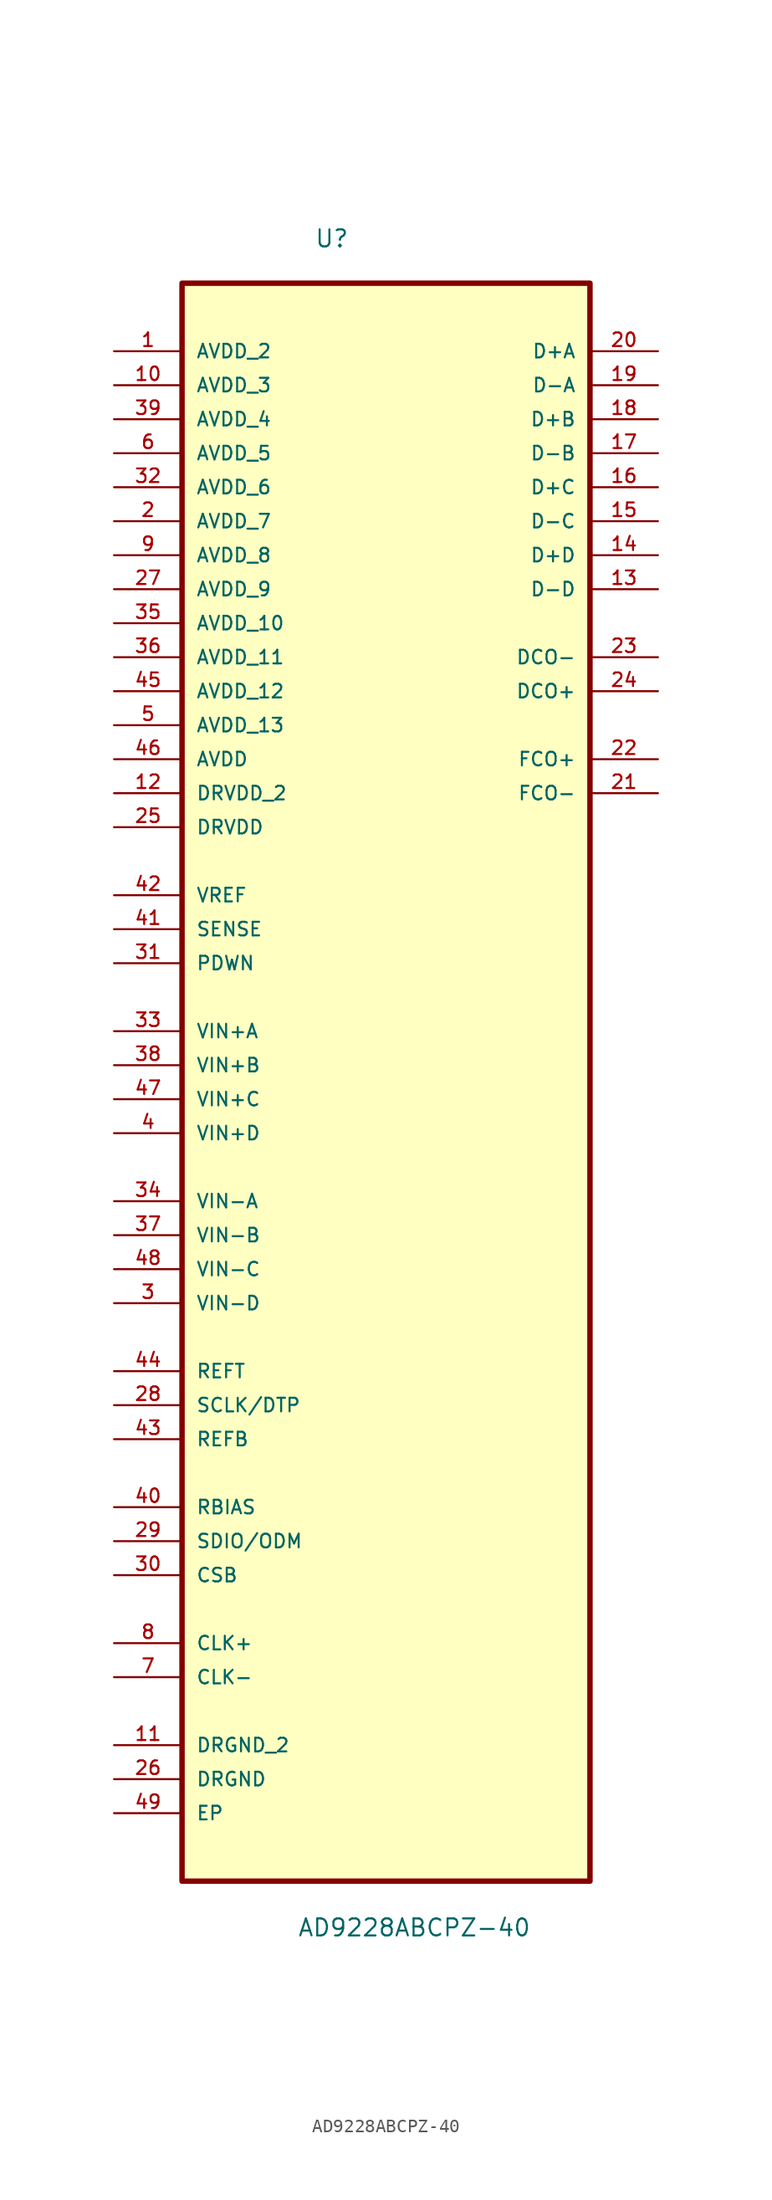
<source format=kicad_sym>
(kicad_symbol_lib
  (version 20211014)
  (generator kicad_symbol_editor)
  (symbol "AD9228ABCPZ-40"
    (pin_names
      (offset 1.016))
    (property "Reference" "U"
      (at -5.359 58.471 0.0)
      (effects (font (size 1.27 1.27)) (justify bottom left)))
    (property "Value" "AD9228ABCPZ-40"
      (at -6.629 -67.716 0.0)
      (effects (font (size 1.27 1.27)) (justify bottom left)))
    (symbol "AD9228ABCPZ-40_0_0"
      (rectangle (start -15.24 -63.5) (end 15.24 55.88) (stroke (width 0.406)) (fill (type background)))
      (pin power_in line (at -20.32 50.8 0) (length 5.08) (name "AVDD_2" (effects (font (size 1.016 1.016)))) (number "1" (effects (font (size 1.016 1.016)))))
      (pin power_in line (at -20.32 48.26 0) (length 5.08) (name "AVDD_3" (effects (font (size 1.016 1.016)))) (number "10" (effects (font (size 1.016 1.016)))))
      (pin power_in line (at -20.32 45.72 0) (length 5.08) (name "AVDD_4" (effects (font (size 1.016 1.016)))) (number "39" (effects (font (size 1.016 1.016)))))
      (pin power_in line (at -20.32 43.18 0) (length 5.08) (name "AVDD_5" (effects (font (size 1.016 1.016)))) (number "6" (effects (font (size 1.016 1.016)))))
      (pin power_in line (at -20.32 40.64 0) (length 5.08) (name "AVDD_6" (effects (font (size 1.016 1.016)))) (number "32" (effects (font (size 1.016 1.016)))))
      (pin power_in line (at -20.32 38.1 0) (length 5.08) (name "AVDD_7" (effects (font (size 1.016 1.016)))) (number "2" (effects (font (size 1.016 1.016)))))
      (pin power_in line (at -20.32 35.56 0) (length 5.08) (name "AVDD_8" (effects (font (size 1.016 1.016)))) (number "9" (effects (font (size 1.016 1.016)))))
      (pin power_in line (at -20.32 33.02 0) (length 5.08) (name "AVDD_9" (effects (font (size 1.016 1.016)))) (number "27" (effects (font (size 1.016 1.016)))))
      (pin power_in line (at -20.32 30.48 0) (length 5.08) (name "AVDD_10" (effects (font (size 1.016 1.016)))) (number "35" (effects (font (size 1.016 1.016)))))
      (pin power_in line (at -20.32 27.94 0) (length 5.08) (name "AVDD_11" (effects (font (size 1.016 1.016)))) (number "36" (effects (font (size 1.016 1.016)))))
      (pin power_in line (at -20.32 25.4 0) (length 5.08) (name "AVDD_12" (effects (font (size 1.016 1.016)))) (number "45" (effects (font (size 1.016 1.016)))))
      (pin power_in line (at -20.32 22.86 0) (length 5.08) (name "AVDD_13" (effects (font (size 1.016 1.016)))) (number "5" (effects (font (size 1.016 1.016)))))
      (pin power_in line (at -20.32 20.32 0) (length 5.08) (name "AVDD" (effects (font (size 1.016 1.016)))) (number "46" (effects (font (size 1.016 1.016)))))
      (pin power_in line (at -20.32 17.78 0) (length 5.08) (name "DRVDD_2" (effects (font (size 1.016 1.016)))) (number "12" (effects (font (size 1.016 1.016)))))
      (pin power_in line (at -20.32 15.24 0) (length 5.08) (name "DRVDD" (effects (font (size 1.016 1.016)))) (number "25" (effects (font (size 1.016 1.016)))))
      (pin input line (at -20.32 10.16 0) (length 5.08) (name "VREF" (effects (font (size 1.016 1.016)))) (number "42" (effects (font (size 1.016 1.016)))))
      (pin input line (at -20.32 7.62 0) (length 5.08) (name "SENSE" (effects (font (size 1.016 1.016)))) (number "41" (effects (font (size 1.016 1.016)))))
      (pin input line (at -20.32 5.08 0) (length 5.08) (name "PDWN" (effects (font (size 1.016 1.016)))) (number "31" (effects (font (size 1.016 1.016)))))
      (pin input line (at -20.32 0.0 0) (length 5.08) (name "VIN+A" (effects (font (size 1.016 1.016)))) (number "33" (effects (font (size 1.016 1.016)))))
      (pin input line (at -20.32 -2.54 0) (length 5.08) (name "VIN+B" (effects (font (size 1.016 1.016)))) (number "38" (effects (font (size 1.016 1.016)))))
      (pin input line (at -20.32 -5.08 0) (length 5.08) (name "VIN+C" (effects (font (size 1.016 1.016)))) (number "47" (effects (font (size 1.016 1.016)))))
      (pin input line (at -20.32 -7.62 0) (length 5.08) (name "VIN+D" (effects (font (size 1.016 1.016)))) (number "4" (effects (font (size 1.016 1.016)))))
      (pin input line (at -20.32 -12.7 0) (length 5.08) (name "VIN-A" (effects (font (size 1.016 1.016)))) (number "34" (effects (font (size 1.016 1.016)))))
      (pin input line (at -20.32 -15.24 0) (length 5.08) (name "VIN-B" (effects (font (size 1.016 1.016)))) (number "37" (effects (font (size 1.016 1.016)))))
      (pin input line (at -20.32 -17.78 0) (length 5.08) (name "VIN-C" (effects (font (size 1.016 1.016)))) (number "48" (effects (font (size 1.016 1.016)))))
      (pin input line (at -20.32 -20.32 0) (length 5.08) (name "VIN-D" (effects (font (size 1.016 1.016)))) (number "3" (effects (font (size 1.016 1.016)))))
      (pin input line (at -20.32 -25.4 0) (length 5.08) (name "REFT" (effects (font (size 1.016 1.016)))) (number "44" (effects (font (size 1.016 1.016)))))
      (pin input line (at -20.32 -27.94 0) (length 5.08) (name "SCLK/DTP" (effects (font (size 1.016 1.016)))) (number "28" (effects (font (size 1.016 1.016)))))
      (pin input line (at -20.32 -30.48 0) (length 5.08) (name "REFB" (effects (font (size 1.016 1.016)))) (number "43" (effects (font (size 1.016 1.016)))))
      (pin input line (at -20.32 -35.56 0) (length 5.08) (name "RBIAS" (effects (font (size 1.016 1.016)))) (number "40" (effects (font (size 1.016 1.016)))))
      (pin bidirectional line (at -20.32 -38.1 0) (length 5.08) (name "SDIO/ODM" (effects (font (size 1.016 1.016)))) (number "29" (effects (font (size 1.016 1.016)))))
      (pin input line (at -20.32 -40.64 0) (length 5.08) (name "CSB" (effects (font (size 1.016 1.016)))) (number "30" (effects (font (size 1.016 1.016)))))
      (pin input line (at -20.32 -45.72 0) (length 5.08) (name "CLK+" (effects (font (size 1.016 1.016)))) (number "8" (effects (font (size 1.016 1.016)))))
      (pin input line (at -20.32 -48.26 0) (length 5.08) (name "CLK-" (effects (font (size 1.016 1.016)))) (number "7" (effects (font (size 1.016 1.016)))))
      (pin passive line (at -20.32 -53.34 0) (length 5.08) (name "DRGND_2" (effects (font (size 1.016 1.016)))) (number "11" (effects (font (size 1.016 1.016)))))
      (pin passive line (at -20.32 -55.88 0) (length 5.08) (name "DRGND" (effects (font (size 1.016 1.016)))) (number "26" (effects (font (size 1.016 1.016)))))
      (pin passive line (at -20.32 -58.42 0) (length 5.08) (name "EP" (effects (font (size 1.016 1.016)))) (number "49" (effects (font (size 1.016 1.016)))))
      (pin output line (at 20.32 50.8 180.0) (length 5.08) (name "D+A" (effects (font (size 1.016 1.016)))) (number "20" (effects (font (size 1.016 1.016)))))
      (pin output line (at 20.32 48.26 180.0) (length 5.08) (name "D-A" (effects (font (size 1.016 1.016)))) (number "19" (effects (font (size 1.016 1.016)))))
      (pin output line (at 20.32 45.72 180.0) (length 5.08) (name "D+B" (effects (font (size 1.016 1.016)))) (number "18" (effects (font (size 1.016 1.016)))))
      (pin output line (at 20.32 43.18 180.0) (length 5.08) (name "D-B" (effects (font (size 1.016 1.016)))) (number "17" (effects (font (size 1.016 1.016)))))
      (pin output line (at 20.32 40.64 180.0) (length 5.08) (name "D+C" (effects (font (size 1.016 1.016)))) (number "16" (effects (font (size 1.016 1.016)))))
      (pin output line (at 20.32 38.1 180.0) (length 5.08) (name "D-C" (effects (font (size 1.016 1.016)))) (number "15" (effects (font (size 1.016 1.016)))))
      (pin output line (at 20.32 35.56 180.0) (length 5.08) (name "D+D" (effects (font (size 1.016 1.016)))) (number "14" (effects (font (size 1.016 1.016)))))
      (pin output line (at 20.32 33.02 180.0) (length 5.08) (name "D-D" (effects (font (size 1.016 1.016)))) (number "13" (effects (font (size 1.016 1.016)))))
      (pin output line (at 20.32 27.94 180.0) (length 5.08) (name "DCO-" (effects (font (size 1.016 1.016)))) (number "23" (effects (font (size 1.016 1.016)))))
      (pin output line (at 20.32 25.4 180.0) (length 5.08) (name "DCO+" (effects (font (size 1.016 1.016)))) (number "24" (effects (font (size 1.016 1.016)))))
      (pin output line (at 20.32 20.32 180.0) (length 5.08) (name "FCO+" (effects (font (size 1.016 1.016)))) (number "22" (effects (font (size 1.016 1.016)))))
      (pin output line (at 20.32 17.78 180.0) (length 5.08) (name "FCO-" (effects (font (size 1.016 1.016)))) (number "21" (effects (font (size 1.016 1.016))))))))
</source>
